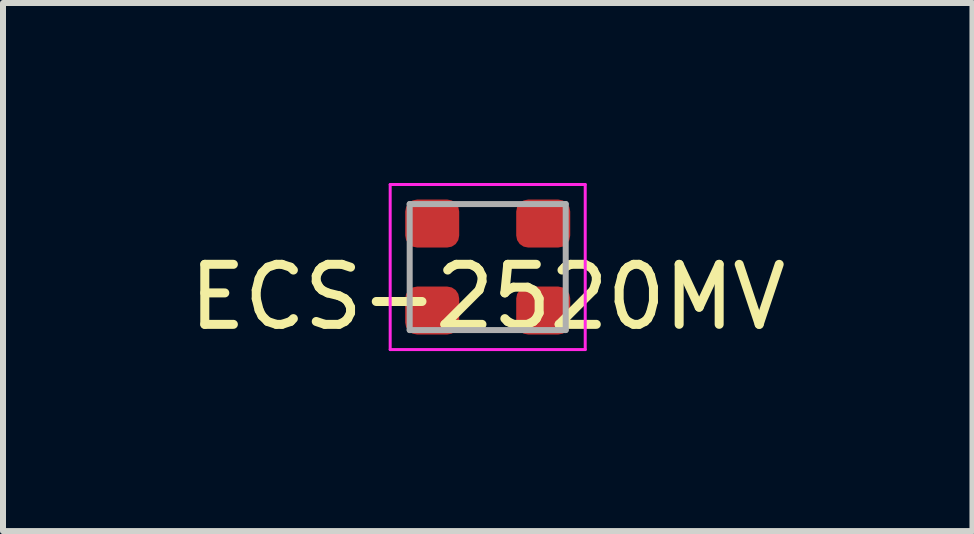
<source format=kicad_pcb>
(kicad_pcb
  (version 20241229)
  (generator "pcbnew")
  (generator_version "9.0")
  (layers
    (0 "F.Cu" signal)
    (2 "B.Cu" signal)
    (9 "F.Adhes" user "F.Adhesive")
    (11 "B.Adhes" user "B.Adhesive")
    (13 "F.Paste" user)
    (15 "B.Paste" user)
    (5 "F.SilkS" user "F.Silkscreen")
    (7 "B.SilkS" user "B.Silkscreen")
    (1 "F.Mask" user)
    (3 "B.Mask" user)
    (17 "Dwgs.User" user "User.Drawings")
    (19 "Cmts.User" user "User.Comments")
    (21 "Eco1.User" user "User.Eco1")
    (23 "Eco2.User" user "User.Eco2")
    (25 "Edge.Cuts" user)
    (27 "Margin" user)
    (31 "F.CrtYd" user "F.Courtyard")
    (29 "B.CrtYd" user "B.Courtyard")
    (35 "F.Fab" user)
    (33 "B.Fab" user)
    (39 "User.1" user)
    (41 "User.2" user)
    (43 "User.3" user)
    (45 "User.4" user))
  (footprint "ECS-2520MV"
    (layer "F.Cu")
    (at 5.077 1.4)
    (property "Reference" "ECS-2520MV" (at 0 0.5 0) (layer "F.SilkS") (effects (font (size 1 1) (thickness 0.15))))
    (attr smd)
    (fp_line (start -1.625 -1.375) (end 1.625 -1.375) (stroke (width 0.05) (type solid)) (layer "F.CrtYd"))
    (fp_line (start -1.625 1.375) (end -1.625 -1.375) (stroke (width 0.05) (type solid)) (layer "F.CrtYd"))
    (fp_line (start 1.625 -1.375) (end 1.625 1.375) (stroke (width 0.05) (type solid)) (layer "F.CrtYd"))
    (fp_line (start 1.625 1.375) (end -1.625 1.375) (stroke (width 0.05) (type solid)) (layer "F.CrtYd"))
    (fp_line (start -1.3 -1.05) (end 1.3 -1.05) (stroke (width 0.1) (type solid)) (layer "F.Fab"))
    (fp_line (start -1.3 1.05) (end -1.3 -1.05) (stroke (width 0.1) (type solid)) (layer "F.Fab"))
    (fp_line (start 1.3 -1.05) (end 1.3 1.05) (stroke (width 0.1) (type solid)) (layer "F.Fab"))
    (fp_line (start 1.3 1.05) (end -1.3 1.05) (stroke (width 0.1) (type solid)) (layer "F.Fab"))
    (pad "1" smd roundrect (at -0.925 0.725) (size 0.9 0.8) (layers "F.Cu" "F.Mask" "F.Paste") (roundrect_rratio 0.25))
    (pad "2" smd roundrect (at 0.925 0.725) (size 0.9 0.8) (layers "F.Cu" "F.Mask" "F.Paste") (roundrect_rratio 0.25))
    (pad "3" smd roundrect (at 0.925 -0.725) (size 0.9 0.8) (layers "F.Cu" "F.Mask" "F.Paste") (roundrect_rratio 0.25))
    (pad "4" smd roundrect (at -0.925 -0.725) (size 0.9 0.8) (layers "F.Cu" "F.Mask" "F.Paste") (roundrect_rratio 0.25)))
  (gr_rect
    (start -3 -3)
    (end 13.155 5.8)
    (stroke (width 0.1) (type default))
    (fill no)
    (layer "Edge.Cuts")))
</source>
